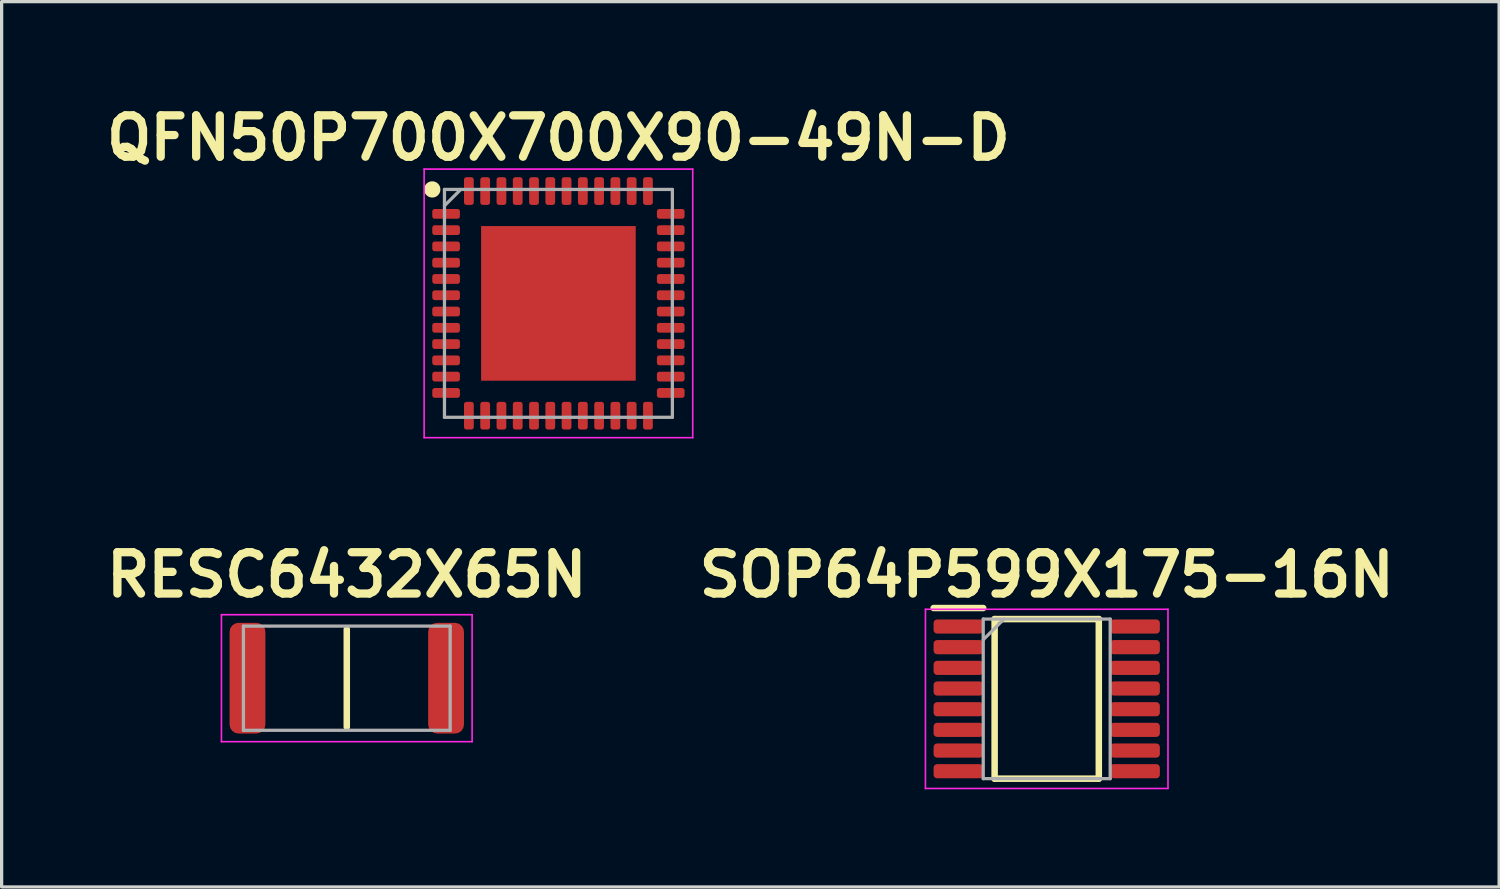
<source format=kicad_pcb>
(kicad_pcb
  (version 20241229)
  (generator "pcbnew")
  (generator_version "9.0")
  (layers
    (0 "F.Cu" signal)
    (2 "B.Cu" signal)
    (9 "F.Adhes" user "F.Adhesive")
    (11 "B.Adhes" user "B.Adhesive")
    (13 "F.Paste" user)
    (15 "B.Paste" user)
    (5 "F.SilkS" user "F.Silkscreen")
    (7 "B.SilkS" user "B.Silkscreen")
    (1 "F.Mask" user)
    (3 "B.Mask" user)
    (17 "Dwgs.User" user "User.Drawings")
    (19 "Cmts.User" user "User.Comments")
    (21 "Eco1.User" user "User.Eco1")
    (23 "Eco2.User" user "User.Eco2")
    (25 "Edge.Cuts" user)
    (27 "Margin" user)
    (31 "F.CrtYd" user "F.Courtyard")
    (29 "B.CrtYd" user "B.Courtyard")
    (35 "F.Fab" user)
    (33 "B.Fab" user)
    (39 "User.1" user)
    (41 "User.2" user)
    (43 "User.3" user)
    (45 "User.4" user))
  (footprint "RESC6432X65N"
    (layer "F.Cu")
    (at 7.602 17.782)
    (property "Reference" "RESC6432X65N" (at 0 -3.175 0) (layer "F.SilkS") (effects (font (size 1.27 1.27) (thickness 0.254))))
    (attr smd)
    (fp_line (start 0 -1.5) (end 0 1.5) (stroke (width 0.2) (type solid)) (layer "F.SilkS"))
    (fp_line (start -3.85 -1.95) (end 3.85 -1.95) (stroke (width 0.05) (type solid)) (layer "F.CrtYd"))
    (fp_line (start -3.85 1.95) (end -3.85 -1.95) (stroke (width 0.05) (type solid)) (layer "F.CrtYd"))
    (fp_line (start 3.85 -1.95) (end 3.85 1.95) (stroke (width 0.05) (type solid)) (layer "F.CrtYd"))
    (fp_line (start 3.85 1.95) (end -3.85 1.95) (stroke (width 0.05) (type solid)) (layer "F.CrtYd"))
    (fp_line (start -3.175 -1.6) (end 3.175 -1.6) (stroke (width 0.1) (type solid)) (layer "F.Fab"))
    (fp_line (start -3.175 1.6) (end -3.175 -1.6) (stroke (width 0.1) (type solid)) (layer "F.Fab"))
    (fp_line (start 3.175 -1.6) (end 3.175 1.6) (stroke (width 0.1) (type solid)) (layer "F.Fab"))
    (fp_line (start 3.175 1.6) (end -3.175 1.6) (stroke (width 0.1) (type solid)) (layer "F.Fab"))
    (pad "1" smd roundrect (at -3.05 0) (size 1.1 3.4) (layers "F.Cu" "F.Mask" "F.Paste") (roundrect_rratio 0.25))
    (pad "2" smd roundrect (at 3.05 0) (size 1.1 3.4) (layers "F.Cu" "F.Mask" "F.Paste") (roundrect_rratio 0.25)))
  (footprint "SOP64P599X175-16N"
    (layer "F.Cu")
    (at 29.102 18.417)
    (property "Reference" "SOP64P599X175-16N" (at 0 -3.81 0) (layer "F.SilkS") (effects (font (size 1.27 1.27) (thickness 0.254))))
    (attr smd)
    (fp_line (start -3.475 -2.79) (end -1.95 -2.79) (stroke (width 0.2) (type solid)) (layer "F.SilkS"))
    (fp_line (start -1.6 -2.451) (end 1.6 -2.451) (stroke (width 0.2) (type solid)) (layer "F.SilkS"))
    (fp_line (start -1.6 2.451) (end -1.6 -2.451) (stroke (width 0.2) (type solid)) (layer "F.SilkS"))
    (fp_line (start 1.6 -2.451) (end 1.6 2.451) (stroke (width 0.2) (type solid)) (layer "F.SilkS"))
    (fp_line (start 1.6 2.451) (end -1.6 2.451) (stroke (width 0.2) (type solid)) (layer "F.SilkS"))
    (fp_line (start -3.725 -2.752) (end 3.725 -2.752) (stroke (width 0.05) (type solid)) (layer "F.CrtYd"))
    (fp_line (start -3.725 2.752) (end -3.725 -2.752) (stroke (width 0.05) (type solid)) (layer "F.CrtYd"))
    (fp_line (start 3.725 -2.752) (end 3.725 2.752) (stroke (width 0.05) (type solid)) (layer "F.CrtYd"))
    (fp_line (start 3.725 2.752) (end -3.725 2.752) (stroke (width 0.05) (type solid)) (layer "F.CrtYd"))
    (fp_line (start -1.95 -2.451) (end 1.95 -2.451) (stroke (width 0.1) (type solid)) (layer "F.Fab"))
    (fp_line (start -1.95 -1.816) (end -1.314 -2.451) (stroke (width 0.1) (type solid)) (layer "F.Fab"))
    (fp_line (start -1.95 2.451) (end -1.95 -2.451) (stroke (width 0.1) (type solid)) (layer "F.Fab"))
    (fp_line (start 1.95 -2.451) (end 1.95 2.451) (stroke (width 0.1) (type solid)) (layer "F.Fab"))
    (fp_line (start 1.95 2.451) (end -1.95 2.451) (stroke (width 0.1) (type solid)) (layer "F.Fab"))
    (pad "1" smd roundrect (at -2.712 -2.222 90) (size 0.435 1.526) (layers "F.Cu" "F.Mask" "F.Paste") (roundrect_rratio 0.25))
    (pad "2" smd roundrect (at -2.712 -1.588 90) (size 0.435 1.526) (layers "F.Cu" "F.Mask" "F.Paste") (roundrect_rratio 0.25))
    (pad "3" smd roundrect (at -2.712 -0.952 90) (size 0.435 1.526) (layers "F.Cu" "F.Mask" "F.Paste") (roundrect_rratio 0.25))
    (pad "4" smd roundrect (at -2.712 -0.318 90) (size 0.435 1.526) (layers "F.Cu" "F.Mask" "F.Paste") (roundrect_rratio 0.25))
    (pad "5" smd roundrect (at -2.712 0.318 90) (size 0.435 1.526) (layers "F.Cu" "F.Mask" "F.Paste") (roundrect_rratio 0.25))
    (pad "6" smd roundrect (at -2.712 0.952 90) (size 0.435 1.526) (layers "F.Cu" "F.Mask" "F.Paste") (roundrect_rratio 0.25))
    (pad "7" smd roundrect (at -2.712 1.588 90) (size 0.435 1.526) (layers "F.Cu" "F.Mask" "F.Paste") (roundrect_rratio 0.25))
    (pad "8" smd roundrect (at -2.712 2.222 90) (size 0.435 1.526) (layers "F.Cu" "F.Mask" "F.Paste") (roundrect_rratio 0.25))
    (pad "9" smd roundrect (at 2.712 2.222 90) (size 0.435 1.526) (layers "F.Cu" "F.Mask" "F.Paste") (roundrect_rratio 0.25))
    (pad "10" smd roundrect (at 2.712 1.588 90) (size 0.435 1.526) (layers "F.Cu" "F.Mask" "F.Paste") (roundrect_rratio 0.25))
    (pad "11" smd roundrect (at 2.712 0.952 90) (size 0.435 1.526) (layers "F.Cu" "F.Mask" "F.Paste") (roundrect_rratio 0.25))
    (pad "12" smd roundrect (at 2.712 0.318 90) (size 0.435 1.526) (layers "F.Cu" "F.Mask" "F.Paste") (roundrect_rratio 0.25))
    (pad "13" smd roundrect (at 2.712 -0.318 90) (size 0.435 1.526) (layers "F.Cu" "F.Mask" "F.Paste") (roundrect_rratio 0.25))
    (pad "14" smd roundrect (at 2.712 -0.952 90) (size 0.435 1.526) (layers "F.Cu" "F.Mask" "F.Paste") (roundrect_rratio 0.25))
    (pad "15" smd roundrect (at 2.712 -1.588 90) (size 0.435 1.526) (layers "F.Cu" "F.Mask" "F.Paste") (roundrect_rratio 0.25))
    (pad "16" smd roundrect (at 2.712 -2.222 90) (size 0.435 1.526) (layers "F.Cu" "F.Mask" "F.Paste") (roundrect_rratio 0.25)))
  (footprint "QFN50P700X700X90-49N-D"
    (layer "F.Cu")
    (at 14.103 6.269)
    (property "Reference" "QFN50P700X700X90-49N-D" (at 0 -5.08 0) (layer "F.SilkS") (effects (font (size 1.27 1.27) (thickness 0.254))))
    (attr smd)
    (fp_circle (center -3.875 -3.5) (end -3.875 -3.375) (stroke (width 0.25) (type solid)) (fill no) (layer "F.SilkS"))
    (fp_line (start -4.125 -4.125) (end 4.125 -4.125) (stroke (width 0.05) (type solid)) (layer "F.CrtYd"))
    (fp_line (start -4.125 4.125) (end -4.125 -4.125) (stroke (width 0.05) (type solid)) (layer "F.CrtYd"))
    (fp_line (start 4.125 -4.125) (end 4.125 4.125) (stroke (width 0.05) (type solid)) (layer "F.CrtYd"))
    (fp_line (start 4.125 4.125) (end -4.125 4.125) (stroke (width 0.05) (type solid)) (layer "F.CrtYd"))
    (fp_line (start -3.5 -3.5) (end 3.5 -3.5) (stroke (width 0.1) (type solid)) (layer "F.Fab"))
    (fp_line (start -3.5 -3) (end -3 -3.5) (stroke (width 0.1) (type solid)) (layer "F.Fab"))
    (fp_line (start -3.5 3.5) (end -3.5 -3.5) (stroke (width 0.1) (type solid)) (layer "F.Fab"))
    (fp_line (start 3.5 -3.5) (end 3.5 3.5) (stroke (width 0.1) (type solid)) (layer "F.Fab"))
    (fp_line (start 3.5 3.5) (end -3.5 3.5) (stroke (width 0.1) (type solid)) (layer "F.Fab"))
    (pad "1" smd roundrect (at -3.45 -2.75 90) (size 0.3 0.85) (layers "F.Cu" "F.Mask" "F.Paste") (roundrect_rratio 0.25))
    (pad "2" smd roundrect (at -3.45 -2.25 90) (size 0.3 0.85) (layers "F.Cu" "F.Mask" "F.Paste") (roundrect_rratio 0.25))
    (pad "3" smd roundrect (at -3.45 -1.75 90) (size 0.3 0.85) (layers "F.Cu" "F.Mask" "F.Paste") (roundrect_rratio 0.25))
    (pad "4" smd roundrect (at -3.45 -1.25 90) (size 0.3 0.85) (layers "F.Cu" "F.Mask" "F.Paste") (roundrect_rratio 0.25))
    (pad "5" smd roundrect (at -3.45 -0.75 90) (size 0.3 0.85) (layers "F.Cu" "F.Mask" "F.Paste") (roundrect_rratio 0.25))
    (pad "6" smd roundrect (at -3.45 -0.25 90) (size 0.3 0.85) (layers "F.Cu" "F.Mask" "F.Paste") (roundrect_rratio 0.25))
    (pad "7" smd roundrect (at -3.45 0.25 90) (size 0.3 0.85) (layers "F.Cu" "F.Mask" "F.Paste") (roundrect_rratio 0.25))
    (pad "8" smd roundrect (at -3.45 0.75 90) (size 0.3 0.85) (layers "F.Cu" "F.Mask" "F.Paste") (roundrect_rratio 0.25))
    (pad "9" smd roundrect (at -3.45 1.25 90) (size 0.3 0.85) (layers "F.Cu" "F.Mask" "F.Paste") (roundrect_rratio 0.25))
    (pad "10" smd roundrect (at -3.45 1.75 90) (size 0.3 0.85) (layers "F.Cu" "F.Mask" "F.Paste") (roundrect_rratio 0.25))
    (pad "11" smd roundrect (at -3.45 2.25 90) (size 0.3 0.85) (layers "F.Cu" "F.Mask" "F.Paste") (roundrect_rratio 0.25))
    (pad "12" smd roundrect (at -3.45 2.75 90) (size 0.3 0.85) (layers "F.Cu" "F.Mask" "F.Paste") (roundrect_rratio 0.25))
    (pad "13" smd roundrect (at -2.75 3.45) (size 0.3 0.85) (layers "F.Cu" "F.Mask" "F.Paste") (roundrect_rratio 0.25))
    (pad "14" smd roundrect (at -2.25 3.45) (size 0.3 0.85) (layers "F.Cu" "F.Mask" "F.Paste") (roundrect_rratio 0.25))
    (pad "15" smd roundrect (at -1.75 3.45) (size 0.3 0.85) (layers "F.Cu" "F.Mask" "F.Paste") (roundrect_rratio 0.25))
    (pad "16" smd roundrect (at -1.25 3.45) (size 0.3 0.85) (layers "F.Cu" "F.Mask" "F.Paste") (roundrect_rratio 0.25))
    (pad "17" smd roundrect (at -0.75 3.45) (size 0.3 0.85) (layers "F.Cu" "F.Mask" "F.Paste") (roundrect_rratio 0.25))
    (pad "18" smd roundrect (at -0.25 3.45) (size 0.3 0.85) (layers "F.Cu" "F.Mask" "F.Paste") (roundrect_rratio 0.25))
    (pad "19" smd roundrect (at 0.25 3.45) (size 0.3 0.85) (layers "F.Cu" "F.Mask" "F.Paste") (roundrect_rratio 0.25))
    (pad "20" smd roundrect (at 0.75 3.45) (size 0.3 0.85) (layers "F.Cu" "F.Mask" "F.Paste") (roundrect_rratio 0.25))
    (pad "21" smd roundrect (at 1.25 3.45) (size 0.3 0.85) (layers "F.Cu" "F.Mask" "F.Paste") (roundrect_rratio 0.25))
    (pad "22" smd roundrect (at 1.75 3.45) (size 0.3 0.85) (layers "F.Cu" "F.Mask" "F.Paste") (roundrect_rratio 0.25))
    (pad "23" smd roundrect (at 2.25 3.45) (size 0.3 0.85) (layers "F.Cu" "F.Mask" "F.Paste") (roundrect_rratio 0.25))
    (pad "24" smd roundrect (at 2.75 3.45) (size 0.3 0.85) (layers "F.Cu" "F.Mask" "F.Paste") (roundrect_rratio 0.25))
    (pad "25" smd roundrect (at 3.45 2.75 90) (size 0.3 0.85) (layers "F.Cu" "F.Mask" "F.Paste") (roundrect_rratio 0.25))
    (pad "26" smd roundrect (at 3.45 2.25 90) (size 0.3 0.85) (layers "F.Cu" "F.Mask" "F.Paste") (roundrect_rratio 0.25))
    (pad "27" smd roundrect (at 3.45 1.75 90) (size 0.3 0.85) (layers "F.Cu" "F.Mask" "F.Paste") (roundrect_rratio 0.25))
    (pad "28" smd roundrect (at 3.45 1.25 90) (size 0.3 0.85) (layers "F.Cu" "F.Mask" "F.Paste") (roundrect_rratio 0.25))
    (pad "29" smd roundrect (at 3.45 0.75 90) (size 0.3 0.85) (layers "F.Cu" "F.Mask" "F.Paste") (roundrect_rratio 0.25))
    (pad "30" smd roundrect (at 3.45 0.25 90) (size 0.3 0.85) (layers "F.Cu" "F.Mask" "F.Paste") (roundrect_rratio 0.25))
    (pad "31" smd roundrect (at 3.45 -0.25 90) (size 0.3 0.85) (layers "F.Cu" "F.Mask" "F.Paste") (roundrect_rratio 0.25))
    (pad "32" smd roundrect (at 3.45 -0.75 90) (size 0.3 0.85) (layers "F.Cu" "F.Mask" "F.Paste") (roundrect_rratio 0.25))
    (pad "33" smd roundrect (at 3.45 -1.25 90) (size 0.3 0.85) (layers "F.Cu" "F.Mask" "F.Paste") (roundrect_rratio 0.25))
    (pad "34" smd roundrect (at 3.45 -1.75 90) (size 0.3 0.85) (layers "F.Cu" "F.Mask" "F.Paste") (roundrect_rratio 0.25))
    (pad "35" smd roundrect (at 3.45 -2.25 90) (size 0.3 0.85) (layers "F.Cu" "F.Mask" "F.Paste") (roundrect_rratio 0.25))
    (pad "36" smd roundrect (at 3.45 -2.75 90) (size 0.3 0.85) (layers "F.Cu" "F.Mask" "F.Paste") (roundrect_rratio 0.25))
    (pad "37" smd roundrect (at 2.75 -3.45) (size 0.3 0.85) (layers "F.Cu" "F.Mask" "F.Paste") (roundrect_rratio 0.25))
    (pad "38" smd roundrect (at 2.25 -3.45) (size 0.3 0.85) (layers "F.Cu" "F.Mask" "F.Paste") (roundrect_rratio 0.25))
    (pad "39" smd roundrect (at 1.75 -3.45) (size 0.3 0.85) (layers "F.Cu" "F.Mask" "F.Paste") (roundrect_rratio 0.25))
    (pad "40" smd roundrect (at 1.25 -3.45) (size 0.3 0.85) (layers "F.Cu" "F.Mask" "F.Paste") (roundrect_rratio 0.25))
    (pad "41" smd roundrect (at 0.75 -3.45) (size 0.3 0.85) (layers "F.Cu" "F.Mask" "F.Paste") (roundrect_rratio 0.25))
    (pad "42" smd roundrect (at 0.25 -3.45) (size 0.3 0.85) (layers "F.Cu" "F.Mask" "F.Paste") (roundrect_rratio 0.25))
    (pad "43" smd roundrect (at -0.25 -3.45) (size 0.3 0.85) (layers "F.Cu" "F.Mask" "F.Paste") (roundrect_rratio 0.25))
    (pad "44" smd roundrect (at -0.75 -3.45) (size 0.3 0.85) (layers "F.Cu" "F.Mask" "F.Paste") (roundrect_rratio 0.25))
    (pad "45" smd roundrect (at -1.25 -3.45) (size 0.3 0.85) (layers "F.Cu" "F.Mask" "F.Paste") (roundrect_rratio 0.25))
    (pad "46" smd roundrect (at -1.75 -3.45) (size 0.3 0.85) (layers "F.Cu" "F.Mask" "F.Paste") (roundrect_rratio 0.25))
    (pad "47" smd roundrect (at -2.25 -3.45) (size 0.3 0.85) (layers "F.Cu" "F.Mask" "F.Paste") (roundrect_rratio 0.25))
    (pad "48" smd roundrect (at -2.75 -3.45) (size 0.3 0.85) (layers "F.Cu" "F.Mask" "F.Paste") (roundrect_rratio 0.25))
    (pad "49" smd rect (at 0 0) (size 4.75 4.75) (layers "F.Cu" "F.Mask" "F.Paste")))
  (gr_rect
    (start -3 -3)
    (end 42.999 24.194)
    (stroke (width 0.1) (type default))
    (fill no)
    (layer "Edge.Cuts")))
</source>
